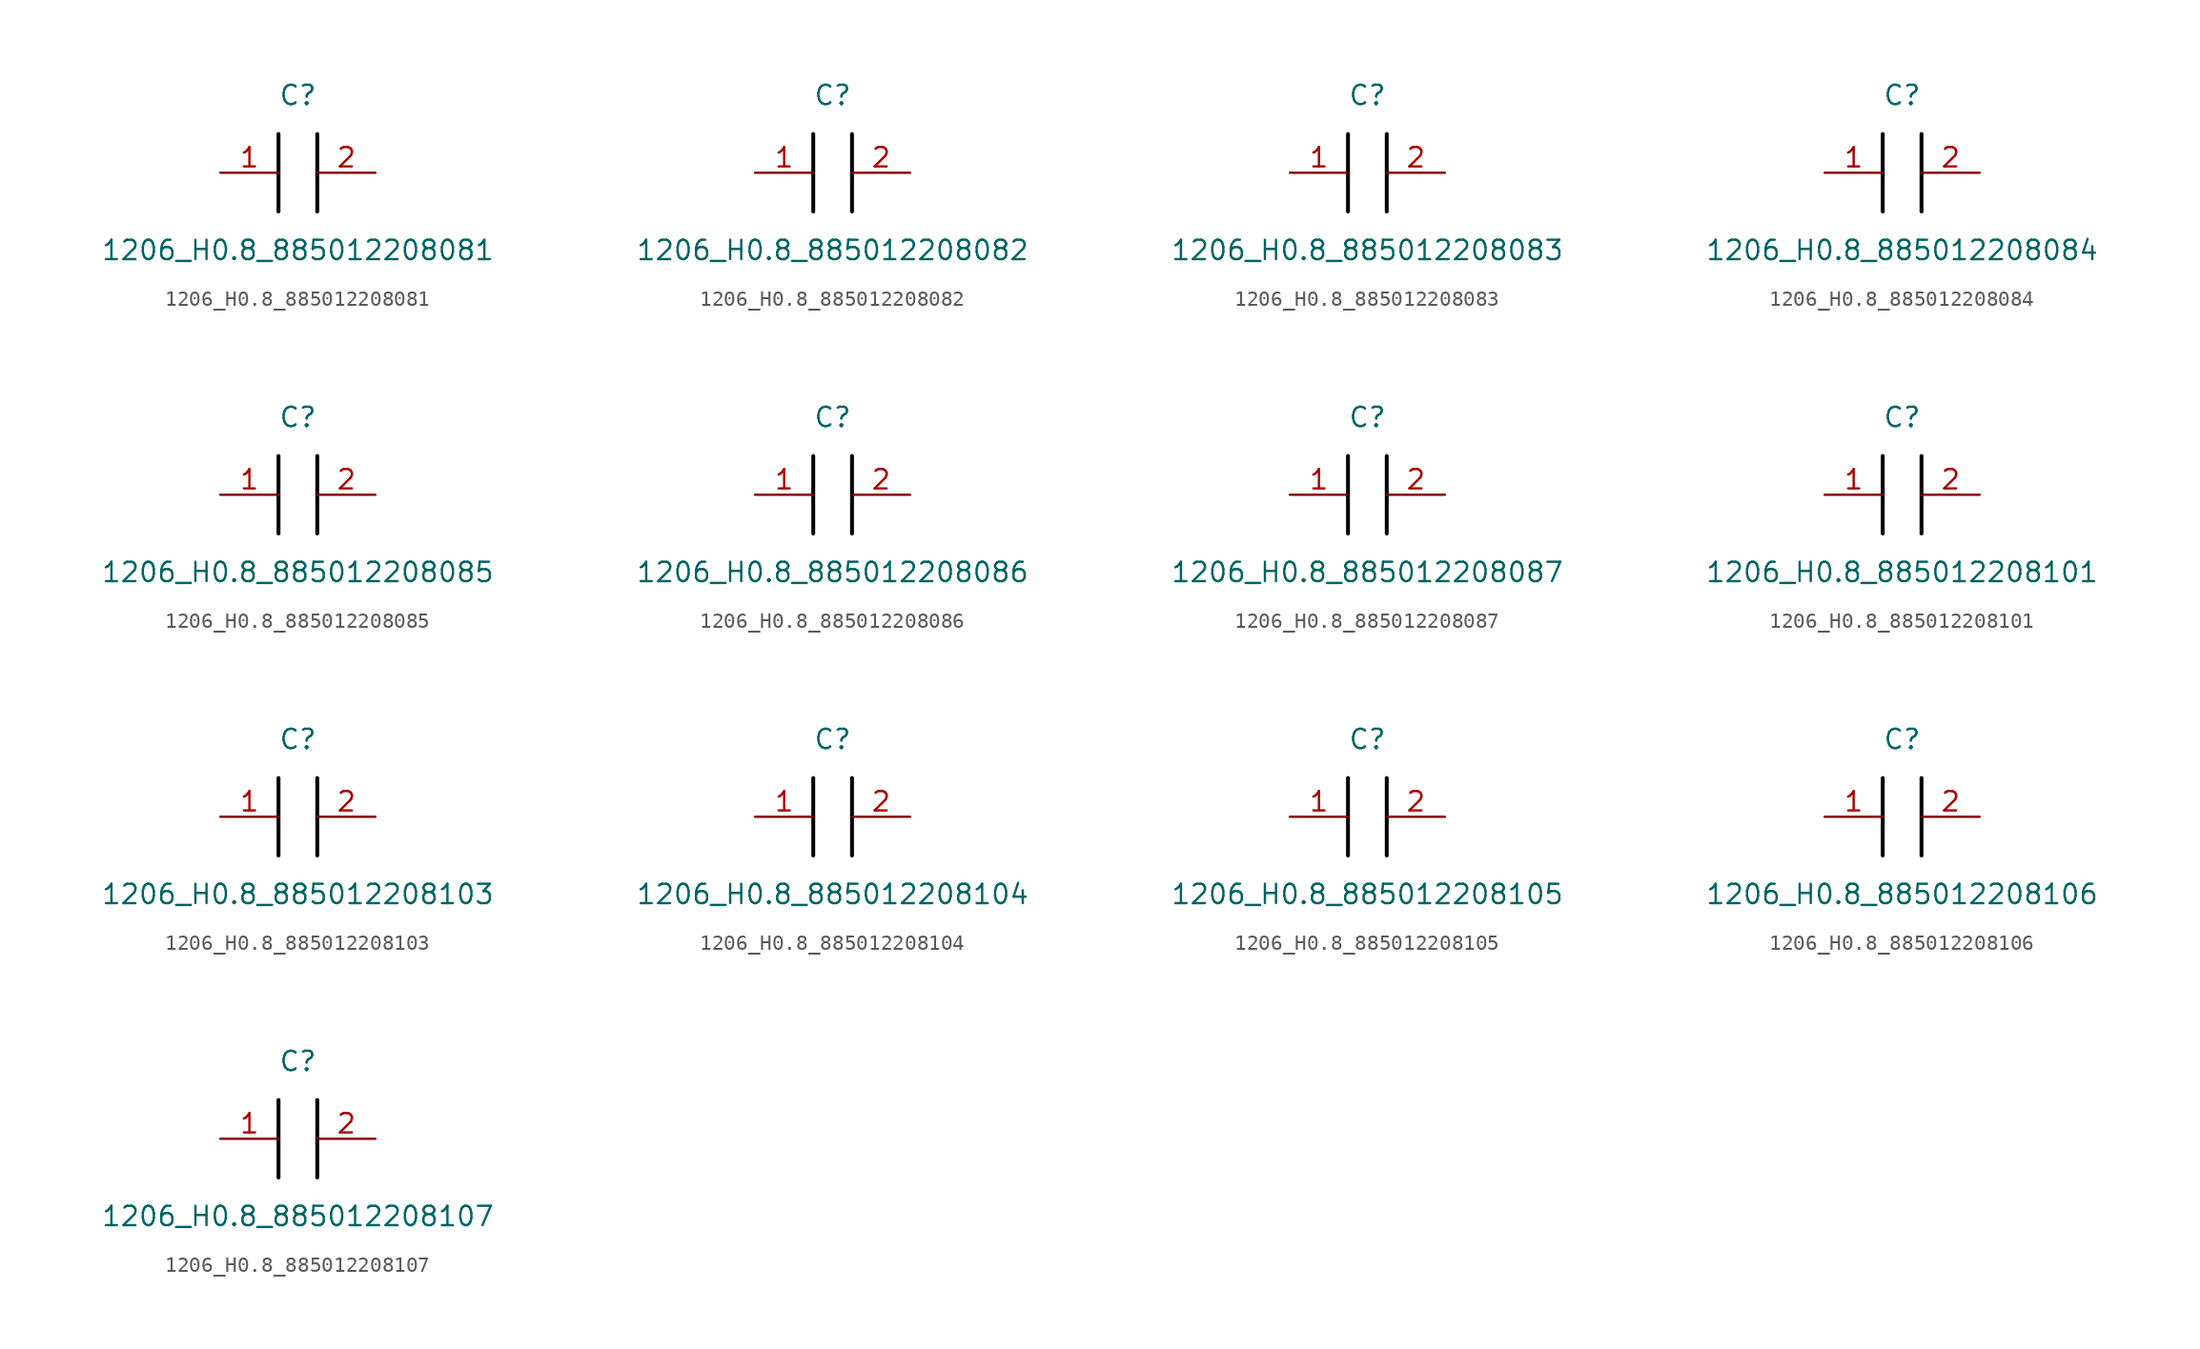
<source format=kicad_sym>
(kicad_symbol_lib
  (version 20220914)
  (generator kicad_symbol_editor)
  (symbol "1206_H0.8_885012208081"
    (pin_names hide)
    (property "Reference" "C"
      (at 0 5.08 0)
      (effects (font (size 1.27 1.27))))
    (property "Value" "1206_H0.8_885012208081"
      (at 0 -5.08 0)
      (effects (font (size 1.27 1.27))))
    (symbol "1206_H0.8_885012208081_1_1"
      (polyline (pts (xy -1.27 2.54) (xy -1.27 -2.54)) (stroke (width 0.254) (type default) (color 0 0 0 1)) (fill (type none)))
      (polyline (pts (xy 1.27 2.54) (xy 1.27 -2.54)) (stroke (width 0.254) (type default) (color 0 0 0 1)) (fill (type none)))
      (pin passive line (at -5.08 0 0) (length 3.81) (name "1" (effects (font (size 1.27 1.27)))) (number "1" (effects (font (size 1.27 1.27)))))
      (pin passive line (at 5.08 0 180) (length 3.81) (name "2" (effects (font (size 1.27 1.27)))) (number "2" (effects (font (size 1.27 1.27)))))))
  (symbol "1206_H0.8_885012208082"
    (pin_names hide)
    (property "Reference" "C"
      (at 0 5.08 0)
      (effects (font (size 1.27 1.27))))
    (property "Value" "1206_H0.8_885012208082"
      (at 0 -5.08 0)
      (effects (font (size 1.27 1.27))))
    (symbol "1206_H0.8_885012208082_1_1"
      (polyline (pts (xy -1.27 2.54) (xy -1.27 -2.54)) (stroke (width 0.254) (type default) (color 0 0 0 1)) (fill (type none)))
      (polyline (pts (xy 1.27 2.54) (xy 1.27 -2.54)) (stroke (width 0.254) (type default) (color 0 0 0 1)) (fill (type none)))
      (pin passive line (at -5.08 0 0) (length 3.81) (name "1" (effects (font (size 1.27 1.27)))) (number "1" (effects (font (size 1.27 1.27)))))
      (pin passive line (at 5.08 0 180) (length 3.81) (name "2" (effects (font (size 1.27 1.27)))) (number "2" (effects (font (size 1.27 1.27)))))))
  (symbol "1206_H0.8_885012208083"
    (pin_names hide)
    (property "Reference" "C"
      (at 0 5.08 0)
      (effects (font (size 1.27 1.27))))
    (property "Value" "1206_H0.8_885012208083"
      (at 0 -5.08 0)
      (effects (font (size 1.27 1.27))))
    (symbol "1206_H0.8_885012208083_1_1"
      (polyline (pts (xy -1.27 2.54) (xy -1.27 -2.54)) (stroke (width 0.254) (type default) (color 0 0 0 1)) (fill (type none)))
      (polyline (pts (xy 1.27 2.54) (xy 1.27 -2.54)) (stroke (width 0.254) (type default) (color 0 0 0 1)) (fill (type none)))
      (pin passive line (at -5.08 0 0) (length 3.81) (name "1" (effects (font (size 1.27 1.27)))) (number "1" (effects (font (size 1.27 1.27)))))
      (pin passive line (at 5.08 0 180) (length 3.81) (name "2" (effects (font (size 1.27 1.27)))) (number "2" (effects (font (size 1.27 1.27)))))))
  (symbol "1206_H0.8_885012208084"
    (pin_names hide)
    (property "Reference" "C"
      (at 0 5.08 0)
      (effects (font (size 1.27 1.27))))
    (property "Value" "1206_H0.8_885012208084"
      (at 0 -5.08 0)
      (effects (font (size 1.27 1.27))))
    (symbol "1206_H0.8_885012208084_1_1"
      (polyline (pts (xy -1.27 2.54) (xy -1.27 -2.54)) (stroke (width 0.254) (type default) (color 0 0 0 1)) (fill (type none)))
      (polyline (pts (xy 1.27 2.54) (xy 1.27 -2.54)) (stroke (width 0.254) (type default) (color 0 0 0 1)) (fill (type none)))
      (pin passive line (at -5.08 0 0) (length 3.81) (name "1" (effects (font (size 1.27 1.27)))) (number "1" (effects (font (size 1.27 1.27)))))
      (pin passive line (at 5.08 0 180) (length 3.81) (name "2" (effects (font (size 1.27 1.27)))) (number "2" (effects (font (size 1.27 1.27)))))))
  (symbol "1206_H0.8_885012208085"
    (pin_names hide)
    (property "Reference" "C"
      (at 0 5.08 0)
      (effects (font (size 1.27 1.27))))
    (property "Value" "1206_H0.8_885012208085"
      (at 0 -5.08 0)
      (effects (font (size 1.27 1.27))))
    (symbol "1206_H0.8_885012208085_1_1"
      (polyline (pts (xy -1.27 2.54) (xy -1.27 -2.54)) (stroke (width 0.254) (type default) (color 0 0 0 1)) (fill (type none)))
      (polyline (pts (xy 1.27 2.54) (xy 1.27 -2.54)) (stroke (width 0.254) (type default) (color 0 0 0 1)) (fill (type none)))
      (pin passive line (at -5.08 0 0) (length 3.81) (name "1" (effects (font (size 1.27 1.27)))) (number "1" (effects (font (size 1.27 1.27)))))
      (pin passive line (at 5.08 0 180) (length 3.81) (name "2" (effects (font (size 1.27 1.27)))) (number "2" (effects (font (size 1.27 1.27)))))))
  (symbol "1206_H0.8_885012208086"
    (pin_names hide)
    (property "Reference" "C"
      (at 0 5.08 0)
      (effects (font (size 1.27 1.27))))
    (property "Value" "1206_H0.8_885012208086"
      (at 0 -5.08 0)
      (effects (font (size 1.27 1.27))))
    (symbol "1206_H0.8_885012208086_1_1"
      (polyline (pts (xy -1.27 2.54) (xy -1.27 -2.54)) (stroke (width 0.254) (type default) (color 0 0 0 1)) (fill (type none)))
      (polyline (pts (xy 1.27 2.54) (xy 1.27 -2.54)) (stroke (width 0.254) (type default) (color 0 0 0 1)) (fill (type none)))
      (pin passive line (at -5.08 0 0) (length 3.81) (name "1" (effects (font (size 1.27 1.27)))) (number "1" (effects (font (size 1.27 1.27)))))
      (pin passive line (at 5.08 0 180) (length 3.81) (name "2" (effects (font (size 1.27 1.27)))) (number "2" (effects (font (size 1.27 1.27)))))))
  (symbol "1206_H0.8_885012208087"
    (pin_names hide)
    (property "Reference" "C"
      (at 0 5.08 0)
      (effects (font (size 1.27 1.27))))
    (property "Value" "1206_H0.8_885012208087"
      (at 0 -5.08 0)
      (effects (font (size 1.27 1.27))))
    (symbol "1206_H0.8_885012208087_1_1"
      (polyline (pts (xy -1.27 2.54) (xy -1.27 -2.54)) (stroke (width 0.254) (type default) (color 0 0 0 1)) (fill (type none)))
      (polyline (pts (xy 1.27 2.54) (xy 1.27 -2.54)) (stroke (width 0.254) (type default) (color 0 0 0 1)) (fill (type none)))
      (pin passive line (at -5.08 0 0) (length 3.81) (name "1" (effects (font (size 1.27 1.27)))) (number "1" (effects (font (size 1.27 1.27)))))
      (pin passive line (at 5.08 0 180) (length 3.81) (name "2" (effects (font (size 1.27 1.27)))) (number "2" (effects (font (size 1.27 1.27)))))))
  (symbol "1206_H0.8_885012208101"
    (pin_names hide)
    (property "Reference" "C"
      (at 0 5.08 0)
      (effects (font (size 1.27 1.27))))
    (property "Value" "1206_H0.8_885012208101"
      (at 0 -5.08 0)
      (effects (font (size 1.27 1.27))))
    (symbol "1206_H0.8_885012208101_1_1"
      (polyline (pts (xy -1.27 2.54) (xy -1.27 -2.54)) (stroke (width 0.254) (type default) (color 0 0 0 1)) (fill (type none)))
      (polyline (pts (xy 1.27 2.54) (xy 1.27 -2.54)) (stroke (width 0.254) (type default) (color 0 0 0 1)) (fill (type none)))
      (pin passive line (at -5.08 0 0) (length 3.81) (name "1" (effects (font (size 1.27 1.27)))) (number "1" (effects (font (size 1.27 1.27)))))
      (pin passive line (at 5.08 0 180) (length 3.81) (name "2" (effects (font (size 1.27 1.27)))) (number "2" (effects (font (size 1.27 1.27)))))))
  (symbol "1206_H0.8_885012208103"
    (pin_names hide)
    (property "Reference" "C"
      (at 0 5.08 0)
      (effects (font (size 1.27 1.27))))
    (property "Value" "1206_H0.8_885012208103"
      (at 0 -5.08 0)
      (effects (font (size 1.27 1.27))))
    (symbol "1206_H0.8_885012208103_1_1"
      (polyline (pts (xy -1.27 2.54) (xy -1.27 -2.54)) (stroke (width 0.254) (type default) (color 0 0 0 1)) (fill (type none)))
      (polyline (pts (xy 1.27 2.54) (xy 1.27 -2.54)) (stroke (width 0.254) (type default) (color 0 0 0 1)) (fill (type none)))
      (pin passive line (at -5.08 0 0) (length 3.81) (name "1" (effects (font (size 1.27 1.27)))) (number "1" (effects (font (size 1.27 1.27)))))
      (pin passive line (at 5.08 0 180) (length 3.81) (name "2" (effects (font (size 1.27 1.27)))) (number "2" (effects (font (size 1.27 1.27)))))))
  (symbol "1206_H0.8_885012208104"
    (pin_names hide)
    (property "Reference" "C"
      (at 0 5.08 0)
      (effects (font (size 1.27 1.27))))
    (property "Value" "1206_H0.8_885012208104"
      (at 0 -5.08 0)
      (effects (font (size 1.27 1.27))))
    (symbol "1206_H0.8_885012208104_1_1"
      (polyline (pts (xy -1.27 2.54) (xy -1.27 -2.54)) (stroke (width 0.254) (type default) (color 0 0 0 1)) (fill (type none)))
      (polyline (pts (xy 1.27 2.54) (xy 1.27 -2.54)) (stroke (width 0.254) (type default) (color 0 0 0 1)) (fill (type none)))
      (pin passive line (at -5.08 0 0) (length 3.81) (name "1" (effects (font (size 1.27 1.27)))) (number "1" (effects (font (size 1.27 1.27)))))
      (pin passive line (at 5.08 0 180) (length 3.81) (name "2" (effects (font (size 1.27 1.27)))) (number "2" (effects (font (size 1.27 1.27)))))))
  (symbol "1206_H0.8_885012208105"
    (pin_names hide)
    (property "Reference" "C"
      (at 0 5.08 0)
      (effects (font (size 1.27 1.27))))
    (property "Value" "1206_H0.8_885012208105"
      (at 0 -5.08 0)
      (effects (font (size 1.27 1.27))))
    (symbol "1206_H0.8_885012208105_1_1"
      (polyline (pts (xy -1.27 2.54) (xy -1.27 -2.54)) (stroke (width 0.254) (type default) (color 0 0 0 1)) (fill (type none)))
      (polyline (pts (xy 1.27 2.54) (xy 1.27 -2.54)) (stroke (width 0.254) (type default) (color 0 0 0 1)) (fill (type none)))
      (pin passive line (at -5.08 0 0) (length 3.81) (name "1" (effects (font (size 1.27 1.27)))) (number "1" (effects (font (size 1.27 1.27)))))
      (pin passive line (at 5.08 0 180) (length 3.81) (name "2" (effects (font (size 1.27 1.27)))) (number "2" (effects (font (size 1.27 1.27)))))))
  (symbol "1206_H0.8_885012208106"
    (pin_names hide)
    (property "Reference" "C"
      (at 0 5.08 0)
      (effects (font (size 1.27 1.27))))
    (property "Value" "1206_H0.8_885012208106"
      (at 0 -5.08 0)
      (effects (font (size 1.27 1.27))))
    (symbol "1206_H0.8_885012208106_1_1"
      (polyline (pts (xy -1.27 2.54) (xy -1.27 -2.54)) (stroke (width 0.254) (type default) (color 0 0 0 1)) (fill (type none)))
      (polyline (pts (xy 1.27 2.54) (xy 1.27 -2.54)) (stroke (width 0.254) (type default) (color 0 0 0 1)) (fill (type none)))
      (pin passive line (at -5.08 0 0) (length 3.81) (name "1" (effects (font (size 1.27 1.27)))) (number "1" (effects (font (size 1.27 1.27)))))
      (pin passive line (at 5.08 0 180) (length 3.81) (name "2" (effects (font (size 1.27 1.27)))) (number "2" (effects (font (size 1.27 1.27)))))))
  (symbol "1206_H0.8_885012208107"
    (pin_names hide)
    (property "Reference" "C"
      (at 0 5.08 0)
      (effects (font (size 1.27 1.27))))
    (property "Value" "1206_H0.8_885012208107"
      (at 0 -5.08 0)
      (effects (font (size 1.27 1.27))))
    (symbol "1206_H0.8_885012208107_1_1"
      (polyline (pts (xy -1.27 2.54) (xy -1.27 -2.54)) (stroke (width 0.254) (type default) (color 0 0 0 1)) (fill (type none)))
      (polyline (pts (xy 1.27 2.54) (xy 1.27 -2.54)) (stroke (width 0.254) (type default) (color 0 0 0 1)) (fill (type none)))
      (pin passive line (at -5.08 0 0) (length 3.81) (name "1" (effects (font (size 1.27 1.27)))) (number "1" (effects (font (size 1.27 1.27)))))
      (pin passive line (at 5.08 0 180) (length 3.81) (name "2" (effects (font (size 1.27 1.27)))) (number "2" (effects (font (size 1.27 1.27))))))))
</source>
